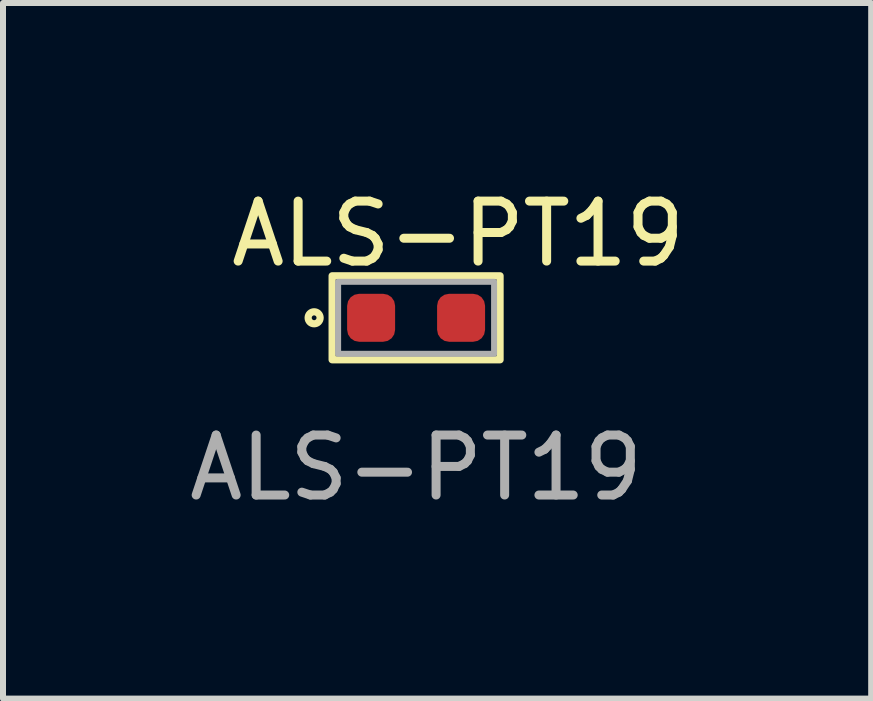
<source format=kicad_pcb>
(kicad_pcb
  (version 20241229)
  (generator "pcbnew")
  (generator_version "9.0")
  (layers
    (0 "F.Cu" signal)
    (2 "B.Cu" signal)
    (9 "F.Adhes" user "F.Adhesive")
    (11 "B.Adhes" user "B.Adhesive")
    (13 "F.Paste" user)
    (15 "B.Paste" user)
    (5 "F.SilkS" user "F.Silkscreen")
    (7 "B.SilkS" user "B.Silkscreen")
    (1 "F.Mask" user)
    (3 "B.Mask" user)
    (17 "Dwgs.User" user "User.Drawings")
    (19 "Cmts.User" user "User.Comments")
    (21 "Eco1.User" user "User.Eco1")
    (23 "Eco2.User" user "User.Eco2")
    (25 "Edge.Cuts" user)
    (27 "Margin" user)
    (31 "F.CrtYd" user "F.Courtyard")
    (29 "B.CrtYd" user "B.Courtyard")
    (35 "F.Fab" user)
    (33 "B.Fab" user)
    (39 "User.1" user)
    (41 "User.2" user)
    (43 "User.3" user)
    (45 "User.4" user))
  (footprint "ALS-PT19"
    (layer "F.Cu")
    (at 3.887 2.248)
    (property "Reference" "ALS-PT19" (at 0.7 -1.4 0) (unlocked yes) (layer "F.SilkS") (effects (font (size 1 1) (thickness 0.15))))
    (attr smd)
    (fp_rect (start -1.4 -0.7) (end 1.4 0.7) (stroke (width 0.12) (type solid)) (fill no) (layer "F.SilkS"))
    (fp_circle (center -1.7 0) (end -1.6 0) (stroke (width 0.12) (type solid)) (fill no) (layer "F.SilkS"))
    (fp_rect (start -1.3 -0.6) (end 1.3 0.6) (stroke (width 0.1) (type solid)) (fill no) (layer "F.Fab"))
    (fp_text user "${REFERENCE}" (at 0 2.5 0) (unlocked yes) (layer "F.Fab") (effects (font (size 1 1) (thickness 0.15))))
    (pad "1" smd roundrect (at -0.75 0) (size 0.8 0.8) (layers "F.Cu" "F.Mask" "F.Paste") (roundrect_rratio 0.25))
    (pad "2" smd roundrect (at 0.75 0) (size 0.8 0.8) (layers "F.Cu" "F.Mask" "F.Paste") (roundrect_rratio 0.25)))
  (gr_rect
    (start -3 -3)
    (end 11.474 8.597)
    (stroke (width 0.1) (type default))
    (fill no)
    (layer "Edge.Cuts")))
</source>
